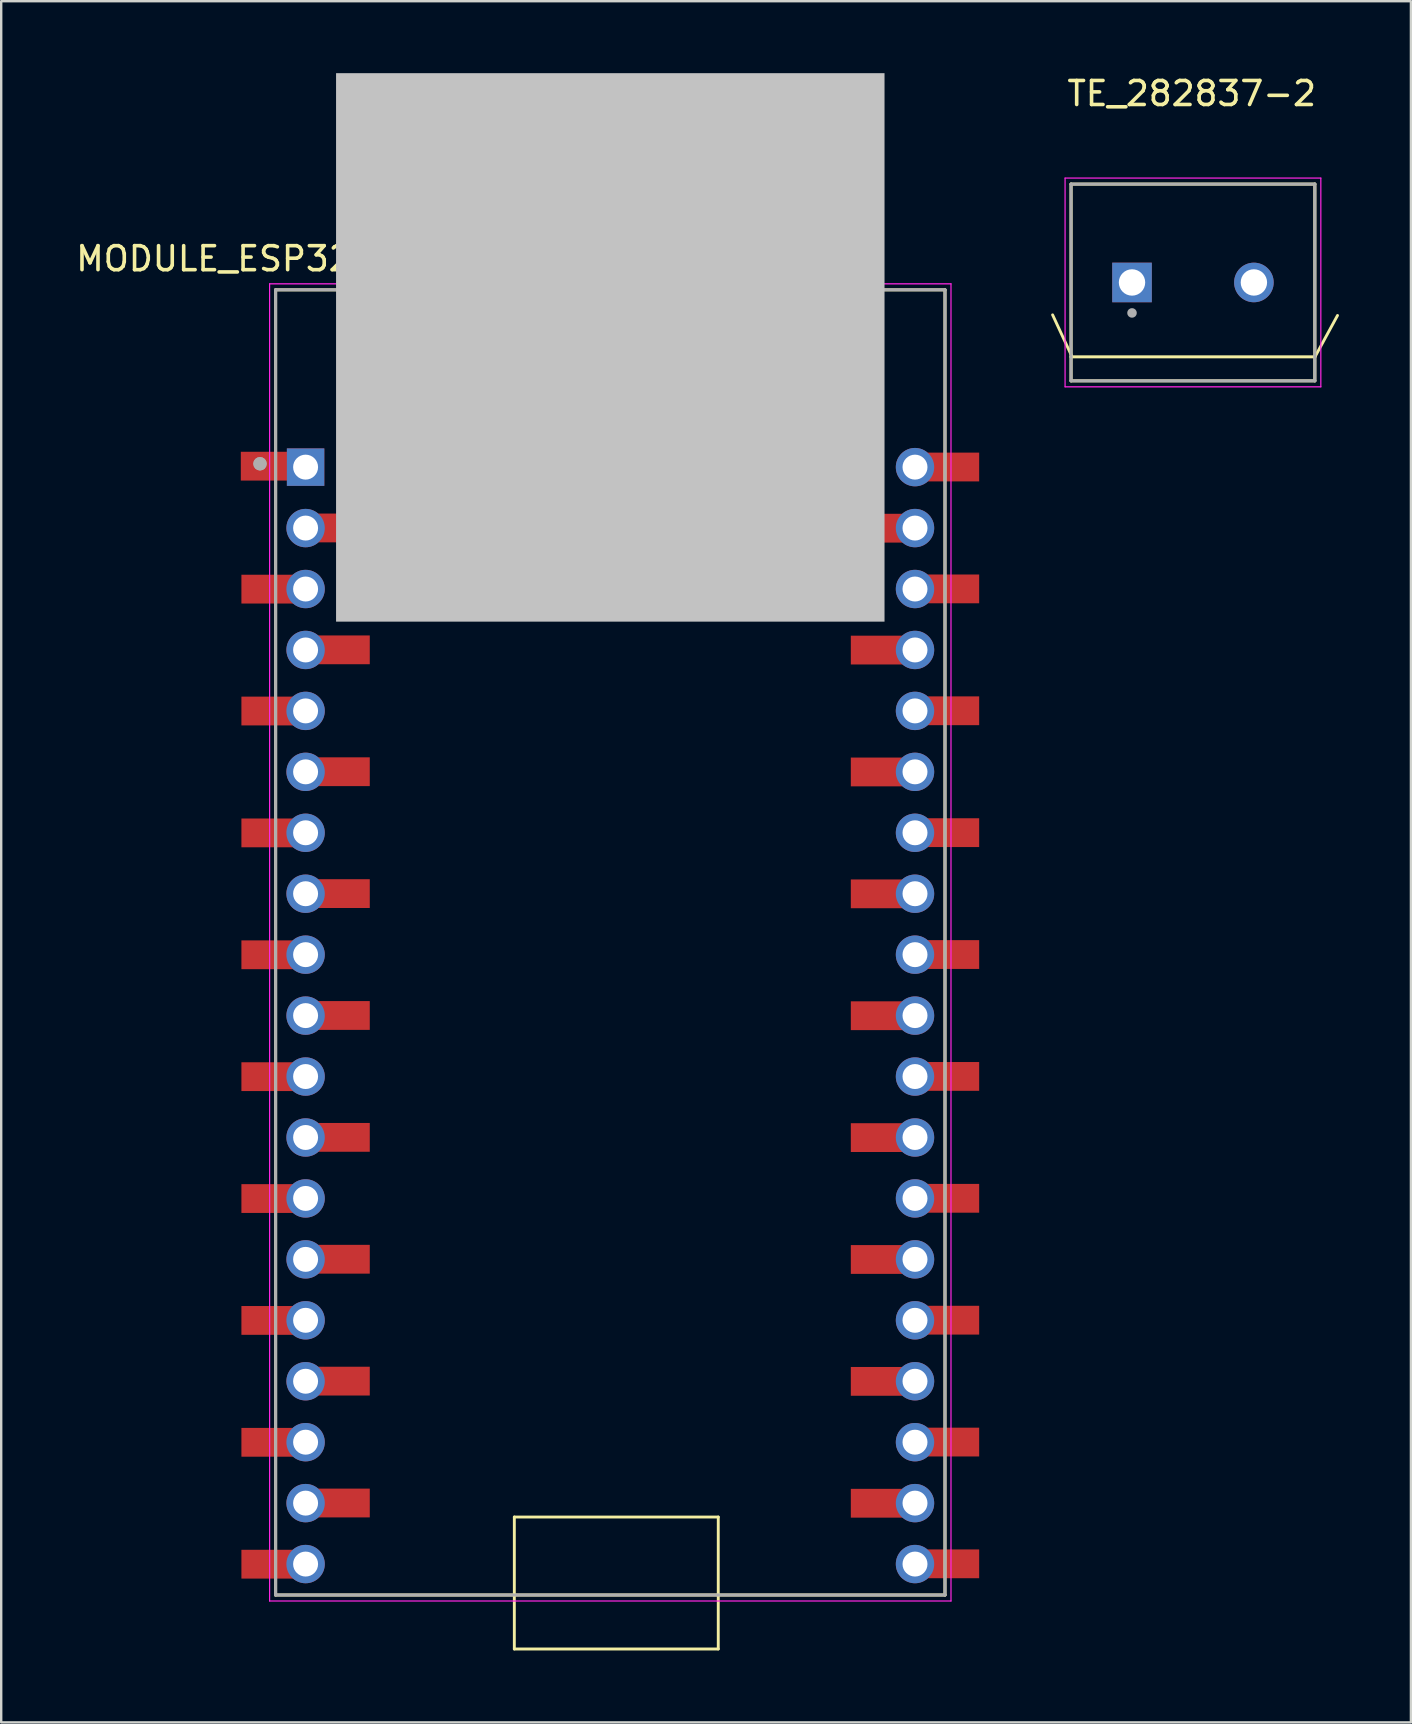
<source format=kicad_pcb>
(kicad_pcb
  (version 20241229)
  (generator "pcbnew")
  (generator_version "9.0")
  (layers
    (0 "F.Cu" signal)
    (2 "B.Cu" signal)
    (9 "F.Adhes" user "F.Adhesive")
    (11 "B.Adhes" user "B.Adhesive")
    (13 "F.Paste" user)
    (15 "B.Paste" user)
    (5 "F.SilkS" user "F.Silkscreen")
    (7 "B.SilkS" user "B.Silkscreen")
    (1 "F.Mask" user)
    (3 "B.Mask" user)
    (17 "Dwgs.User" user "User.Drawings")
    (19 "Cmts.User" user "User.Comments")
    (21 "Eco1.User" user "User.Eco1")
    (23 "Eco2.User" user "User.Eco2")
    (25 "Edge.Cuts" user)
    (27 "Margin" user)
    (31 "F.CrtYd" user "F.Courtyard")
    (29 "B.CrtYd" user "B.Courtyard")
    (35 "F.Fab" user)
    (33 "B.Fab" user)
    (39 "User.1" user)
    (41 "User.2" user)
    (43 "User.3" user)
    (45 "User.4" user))
  (footprint "TE_282837-2"
    (layer "F.Cu")
    (at 46.672 8.723)
    (property "Reference" "TE_282837-2" (at -0.051 -7.874 0) (layer "F.SilkS") (effects (font (size 1.002 1.002) (thickness 0.15))))
    (attr through_hole)
    (fp_line (start -5.08 -4.1) (end 5.08 -4.1) (stroke (width 0.127) (type solid)) (layer "F.SilkS"))
    (fp_line (start -5.08 3.1) (end -5.08 -4.1) (stroke (width 0.127) (type solid)) (layer "F.SilkS"))
    (fp_line (start -5.08 3.1) (end 5.08 3.1) (stroke (width 0.127) (type solid)) (layer "F.SilkS"))
    (fp_line (start -5.08 4.1) (end -5.08 3.1) (stroke (width 0.127) (type solid)) (layer "F.SilkS"))
    (fp_line (start -5.05 3.075) (end -5.85 1.35) (stroke (width 0.12) (type solid)) (layer "F.SilkS"))
    (fp_line (start 5.08 -4.1) (end 5.08 3.1) (stroke (width 0.127) (type solid)) (layer "F.SilkS"))
    (fp_line (start 5.08 3.1) (end 5.08 4.1) (stroke (width 0.127) (type solid)) (layer "F.SilkS"))
    (fp_line (start 5.08 4.1) (end -5.08 4.1) (stroke (width 0.127) (type solid)) (layer "F.SilkS"))
    (fp_line (start 5.1 3.075) (end 6.025 1.375) (stroke (width 0.12) (type solid)) (layer "F.SilkS"))
    (fp_line (start -5.33 -4.35) (end 5.33 -4.35) (stroke (width 0.05) (type solid)) (layer "F.CrtYd"))
    (fp_line (start -5.33 4.35) (end -5.33 -4.35) (stroke (width 0.05) (type solid)) (layer "F.CrtYd"))
    (fp_line (start 5.33 -4.35) (end 5.33 4.35) (stroke (width 0.05) (type solid)) (layer "F.CrtYd"))
    (fp_line (start 5.33 4.35) (end -5.33 4.35) (stroke (width 0.05) (type solid)) (layer "F.CrtYd"))
    (fp_line (start -5.08 -4.1) (end 5.08 -4.1) (stroke (width 0.127) (type solid)) (layer "F.Fab"))
    (fp_line (start -5.08 4.1) (end -5.08 -4.1) (stroke (width 0.127) (type solid)) (layer "F.Fab"))
    (fp_line (start 5.08 -4.1) (end 5.08 4.1) (stroke (width 0.127) (type solid)) (layer "F.Fab"))
    (fp_line (start 5.08 4.1) (end -5.08 4.1) (stroke (width 0.127) (type solid)) (layer "F.Fab"))
    (fp_circle (center -2.54 1.27) (end -2.44 1.27) (stroke (width 0.2) (type solid)) (fill no) (layer "F.Fab"))
    (pad "1" thru_hole rect (at -2.54 0) (size 1.65 1.65) (drill 1.1) (layers "*.Cu" "*.Mask"))
    (pad "2" thru_hole circle (at 2.54 0) (size 1.65 1.65) (drill 1.1) (layers "*.Cu" "*.Mask")))
  (footprint "MODULE_ESP32-DEVKITC-32D"
    (layer "F.Cu")
    (at 22.387 36.18)
    (property "Reference" "MODULE_ESP32-DEVKITC-32D" (at -10.829 -28.446 180) (layer "F.SilkS") (effects (font (size 1 1) (thickness 0.15))))
    (attr through_hole)
    (fp_line (start -13.95 -27.15) (end 13.95 -27.15) (stroke (width 0.127) (type solid)) (layer "F.SilkS"))
    (fp_line (start -13.95 27.25) (end -13.95 -27.15) (stroke (width 0.127) (type solid)) (layer "F.SilkS"))
    (fp_line (start -4 24) (end 4.5 24) (stroke (width 0.12) (type solid)) (layer "F.SilkS"))
    (fp_line (start -4 29.5) (end -4 24) (stroke (width 0.12) (type solid)) (layer "F.SilkS"))
    (fp_line (start 4.5 24) (end 4.5 29.5) (stroke (width 0.12) (type solid)) (layer "F.SilkS"))
    (fp_line (start 4.5 29.5) (end -4 29.5) (stroke (width 0.12) (type solid)) (layer "F.SilkS"))
    (fp_line (start 13.95 -27.15) (end 13.95 27.25) (stroke (width 0.127) (type solid)) (layer "F.SilkS"))
    (fp_line (start 13.95 27.25) (end -13.95 27.25) (stroke (width 0.127) (type solid)) (layer "F.SilkS"))
    (fp_line (start -14.2 -27.4) (end 14.2 -27.4) (stroke (width 0.05) (type solid)) (layer "F.CrtYd"))
    (fp_line (start -14.2 27.5) (end -14.2 -27.4) (stroke (width 0.05) (type solid)) (layer "F.CrtYd"))
    (fp_line (start 14.2 -27.4) (end 14.2 27.5) (stroke (width 0.05) (type solid)) (layer "F.CrtYd"))
    (fp_line (start 14.2 27.5) (end -14.2 27.5) (stroke (width 0.05) (type solid)) (layer "F.CrtYd"))
    (fp_line (start -13.95 -27.15) (end 13.95 -27.15) (stroke (width 0.127) (type solid)) (layer "F.Fab"))
    (fp_line (start -13.95 27.25) (end -13.95 -27.15) (stroke (width 0.127) (type solid)) (layer "F.Fab"))
    (fp_line (start 13.95 -27.15) (end 13.95 27.25) (stroke (width 0.127) (type solid)) (layer "F.Fab"))
    (fp_line (start 13.95 27.25) (end -13.95 27.25) (stroke (width 0.127) (type solid)) (layer "F.Fab"))
    (fp_circle (center -14.6 -19.9) (end -14.46 -19.9) (stroke (width 0.28) (type solid)) (fill no) (layer "F.Fab"))
    (fp_circle (center -14.6 -19.9) (end -14.46 -19.9) (stroke (width 0.28) (type solid)) (fill no) (layer "F.Fab"))
    (pad "" smd rect (at 0 -24.75) (size 22.86 22.86) (layers "Dwgs.User"))
    (pad "1" smd rect (at -14.4 -19.8 270) (size 1.2 2) (layers "F.Cu" "F.Mask" "F.Paste"))
    (pad "1" thru_hole rect (at -12.7 -19.76) (size 1.56 1.56) (drill 1.04) (layers "*.Cu" "*.Mask"))
    (pad "2" thru_hole circle (at -12.7 -17.22) (size 1.6 1.6) (drill 1.04) (layers "*.Cu" "*.Mask"))
    (pad "2" smd rect (at -11.1 -17.225 270) (size 1.2 2.15) (layers "F.Cu" "F.Mask" "F.Paste"))
    (pad "3" smd rect (at -14.3 -14.675 270) (size 1.2 2.15) (layers "F.Cu" "F.Mask" "F.Paste"))
    (pad "3" thru_hole circle (at -12.7 -14.68) (size 1.6 1.6) (drill 1.04) (layers "*.Cu" "*.Mask"))
    (pad "4" thru_hole circle (at -12.7 -12.14) (size 1.6 1.6) (drill 1.04) (layers "*.Cu" "*.Mask"))
    (pad "4" smd rect (at -11.1 -12.145 270) (size 1.2 2.15) (layers "F.Cu" "F.Mask" "F.Paste"))
    (pad "5" smd rect (at -14.3 -9.595 270) (size 1.2 2.15) (layers "F.Cu" "F.Mask" "F.Paste"))
    (pad "5" thru_hole circle (at -12.7 -9.6) (size 1.6 1.6) (drill 1.04) (layers "*.Cu" "*.Mask"))
    (pad "6" thru_hole circle (at -12.7 -7.06) (size 1.6 1.6) (drill 1.04) (layers "*.Cu" "*.Mask"))
    (pad "6" smd rect (at -11.1 -7.065 270) (size 1.2 2.15) (layers "F.Cu" "F.Mask" "F.Paste"))
    (pad "7" smd rect (at -14.3 -4.515 270) (size 1.2 2.15) (layers "F.Cu" "F.Mask" "F.Paste"))
    (pad "7" thru_hole circle (at -12.7 -4.52) (size 1.6 1.6) (drill 1.04) (layers "*.Cu" "*.Mask"))
    (pad "8" thru_hole circle (at -12.7 -1.98) (size 1.6 1.6) (drill 1.04) (layers "*.Cu" "*.Mask"))
    (pad "8" smd rect (at -11.1 -1.985 270) (size 1.2 2.15) (layers "F.Cu" "F.Mask" "F.Paste"))
    (pad "9" smd rect (at -14.3 0.565 270) (size 1.2 2.15) (layers "F.Cu" "F.Mask" "F.Paste"))
    (pad "9" thru_hole circle (at -12.7 0.56) (size 1.6 1.6) (drill 1.04) (layers "*.Cu" "*.Mask"))
    (pad "10" thru_hole circle (at -12.7 3.1) (size 1.6 1.6) (drill 1.04) (layers "*.Cu" "*.Mask"))
    (pad "10" smd rect (at -11.1 3.095 270) (size 1.2 2.15) (layers "F.Cu" "F.Mask" "F.Paste"))
    (pad "11" smd rect (at -14.3 5.645 270) (size 1.2 2.15) (layers "F.Cu" "F.Mask" "F.Paste"))
    (pad "11" thru_hole circle (at -12.7 5.64) (size 1.6 1.6) (drill 1.04) (layers "*.Cu" "*.Mask"))
    (pad "12" thru_hole circle (at -12.7 8.18) (size 1.6 1.6) (drill 1.04) (layers "*.Cu" "*.Mask"))
    (pad "12" smd rect (at -11.1 8.175 270) (size 1.2 2.15) (layers "F.Cu" "F.Mask" "F.Paste"))
    (pad "13" smd rect (at -14.3 10.725 270) (size 1.2 2.15) (layers "F.Cu" "F.Mask" "F.Paste"))
    (pad "13" thru_hole circle (at -12.7 10.72) (size 1.6 1.6) (drill 1.04) (layers "*.Cu" "*.Mask"))
    (pad "14" thru_hole circle (at -12.7 13.26) (size 1.6 1.6) (drill 1.04) (layers "*.Cu" "*.Mask"))
    (pad "14" smd rect (at -11.1 13.255 270) (size 1.2 2.15) (layers "F.Cu" "F.Mask" "F.Paste"))
    (pad "15" smd rect (at -14.3 15.805 270) (size 1.2 2.15) (layers "F.Cu" "F.Mask" "F.Paste"))
    (pad "15" thru_hole circle (at -12.7 15.8) (size 1.6 1.6) (drill 1.04) (layers "*.Cu" "*.Mask"))
    (pad "16" thru_hole circle (at -12.7 18.34) (size 1.6 1.6) (drill 1.04) (layers "*.Cu" "*.Mask"))
    (pad "16" smd rect (at -11.1 18.335 270) (size 1.2 2.15) (layers "F.Cu" "F.Mask" "F.Paste"))
    (pad "17" smd rect (at -14.3 20.885 270) (size 1.2 2.15) (layers "F.Cu" "F.Mask" "F.Paste"))
    (pad "17" thru_hole circle (at -12.7 20.88) (size 1.6 1.6) (drill 1.04) (layers "*.Cu" "*.Mask"))
    (pad "18" thru_hole circle (at -12.7 23.42) (size 1.6 1.6) (drill 1.04) (layers "*.Cu" "*.Mask"))
    (pad "18" smd rect (at -11.1 23.415 270) (size 1.2 2.15) (layers "F.Cu" "F.Mask" "F.Paste"))
    (pad "19" smd rect (at -14.3 25.965 270) (size 1.2 2.15) (layers "F.Cu" "F.Mask" "F.Paste"))
    (pad "19" thru_hole circle (at -12.7 25.96) (size 1.6 1.6) (drill 1.04) (layers "*.Cu" "*.Mask"))
    (pad "20" thru_hole circle (at 12.7 -19.76) (size 1.6 1.6) (drill 1.04) (layers "*.Cu" "*.Mask"))
    (pad "20" smd rect (at 14.3 -19.765 90) (size 1.2 2.15) (layers "F.Cu" "F.Mask" "F.Paste"))
    (pad "21" smd rect (at 11.1 -17.215 90) (size 1.2 2.15) (layers "F.Cu" "F.Mask" "F.Paste"))
    (pad "21" thru_hole circle (at 12.7 -17.22) (size 1.6 1.6) (drill 1.04) (layers "*.Cu" "*.Mask"))
    (pad "22" thru_hole circle (at 12.7 -14.68) (size 1.6 1.6) (drill 1.04) (layers "*.Cu" "*.Mask"))
    (pad "22" smd rect (at 14.3 -14.685 90) (size 1.2 2.15) (layers "F.Cu" "F.Mask" "F.Paste"))
    (pad "23" smd rect (at 11.1 -12.135 90) (size 1.2 2.15) (layers "F.Cu" "F.Mask" "F.Paste"))
    (pad "23" thru_hole circle (at 12.7 -12.14) (size 1.6 1.6) (drill 1.04) (layers "*.Cu" "*.Mask"))
    (pad "24" thru_hole circle (at 12.7 -9.6) (size 1.6 1.6) (drill 1.04) (layers "*.Cu" "*.Mask"))
    (pad "24" smd rect (at 14.3 -9.605 90) (size 1.2 2.15) (layers "F.Cu" "F.Mask" "F.Paste"))
    (pad "25" smd rect (at 11.1 -7.055 90) (size 1.2 2.15) (layers "F.Cu" "F.Mask" "F.Paste"))
    (pad "25" thru_hole circle (at 12.7 -7.06) (size 1.6 1.6) (drill 1.04) (layers "*.Cu" "*.Mask"))
    (pad "26" thru_hole circle (at 12.7 -4.52) (size 1.6 1.6) (drill 1.04) (layers "*.Cu" "*.Mask"))
    (pad "26" smd rect (at 14.3 -4.525 90) (size 1.2 2.15) (layers "F.Cu" "F.Mask" "F.Paste"))
    (pad "27" smd rect (at 11.1 -1.975 90) (size 1.2 2.15) (layers "F.Cu" "F.Mask" "F.Paste"))
    (pad "27" thru_hole circle (at 12.7 -1.98) (size 1.6 1.6) (drill 1.04) (layers "*.Cu" "*.Mask"))
    (pad "28" thru_hole circle (at 12.7 0.56) (size 1.6 1.6) (drill 1.04) (layers "*.Cu" "*.Mask"))
    (pad "28" smd rect (at 14.3 0.555 90) (size 1.2 2.15) (layers "F.Cu" "F.Mask" "F.Paste"))
    (pad "29" smd rect (at 11.1 3.105 90) (size 1.2 2.15) (layers "F.Cu" "F.Mask" "F.Paste"))
    (pad "29" thru_hole circle (at 12.7 3.1) (size 1.6 1.6) (drill 1.04) (layers "*.Cu" "*.Mask"))
    (pad "30" thru_hole circle (at 12.7 5.64) (size 1.6 1.6) (drill 1.04) (layers "*.Cu" "*.Mask"))
    (pad "30" smd rect (at 14.3 5.635 90) (size 1.2 2.15) (layers "F.Cu" "F.Mask" "F.Paste"))
    (pad "31" smd rect (at 11.1 8.185 90) (size 1.2 2.15) (layers "F.Cu" "F.Mask" "F.Paste"))
    (pad "31" thru_hole circle (at 12.7 8.18) (size 1.6 1.6) (drill 1.04) (layers "*.Cu" "*.Mask"))
    (pad "32" thru_hole circle (at 12.7 10.72) (size 1.6 1.6) (drill 1.04) (layers "*.Cu" "*.Mask"))
    (pad "32" smd rect (at 14.3 10.715 90) (size 1.2 2.15) (layers "F.Cu" "F.Mask" "F.Paste"))
    (pad "33" smd rect (at 11.1 13.265 90) (size 1.2 2.15) (layers "F.Cu" "F.Mask" "F.Paste"))
    (pad "33" thru_hole circle (at 12.7 13.26) (size 1.6 1.6) (drill 1.04) (layers "*.Cu" "*.Mask"))
    (pad "34" thru_hole circle (at 12.7 15.8) (size 1.6 1.6) (drill 1.04) (layers "*.Cu" "*.Mask"))
    (pad "34" smd rect (at 14.3 15.795 90) (size 1.2 2.15) (layers "F.Cu" "F.Mask" "F.Paste"))
    (pad "35" smd rect (at 11.1 18.345 90) (size 1.2 2.15) (layers "F.Cu" "F.Mask" "F.Paste"))
    (pad "35" thru_hole circle (at 12.7 18.34) (size 1.6 1.6) (drill 1.04) (layers "*.Cu" "*.Mask"))
    (pad "36" thru_hole circle (at 12.7 20.88) (size 1.6 1.6) (drill 1.04) (layers "*.Cu" "*.Mask"))
    (pad "36" smd rect (at 14.3 20.875 90) (size 1.2 2.15) (layers "F.Cu" "F.Mask" "F.Paste"))
    (pad "37" smd rect (at 11.1 23.425 90) (size 1.2 2.15) (layers "F.Cu" "F.Mask" "F.Paste"))
    (pad "37" thru_hole circle (at 12.7 23.42) (size 1.6 1.6) (drill 1.04) (layers "*.Cu" "*.Mask"))
    (pad "38" thru_hole circle (at 12.7 25.96) (size 1.6 1.6) (drill 1.04) (layers "*.Cu" "*.Mask"))
    (pad "38" smd rect (at 14.3 25.95 90) (size 1.2 2.15) (layers "F.Cu" "F.Mask" "F.Paste")))
  (gr_rect
    (start -3 -3)
    (end 55.757 68.74)
    (stroke (width 0.1) (type default))
    (fill no)
    (layer "Edge.Cuts")))
</source>
